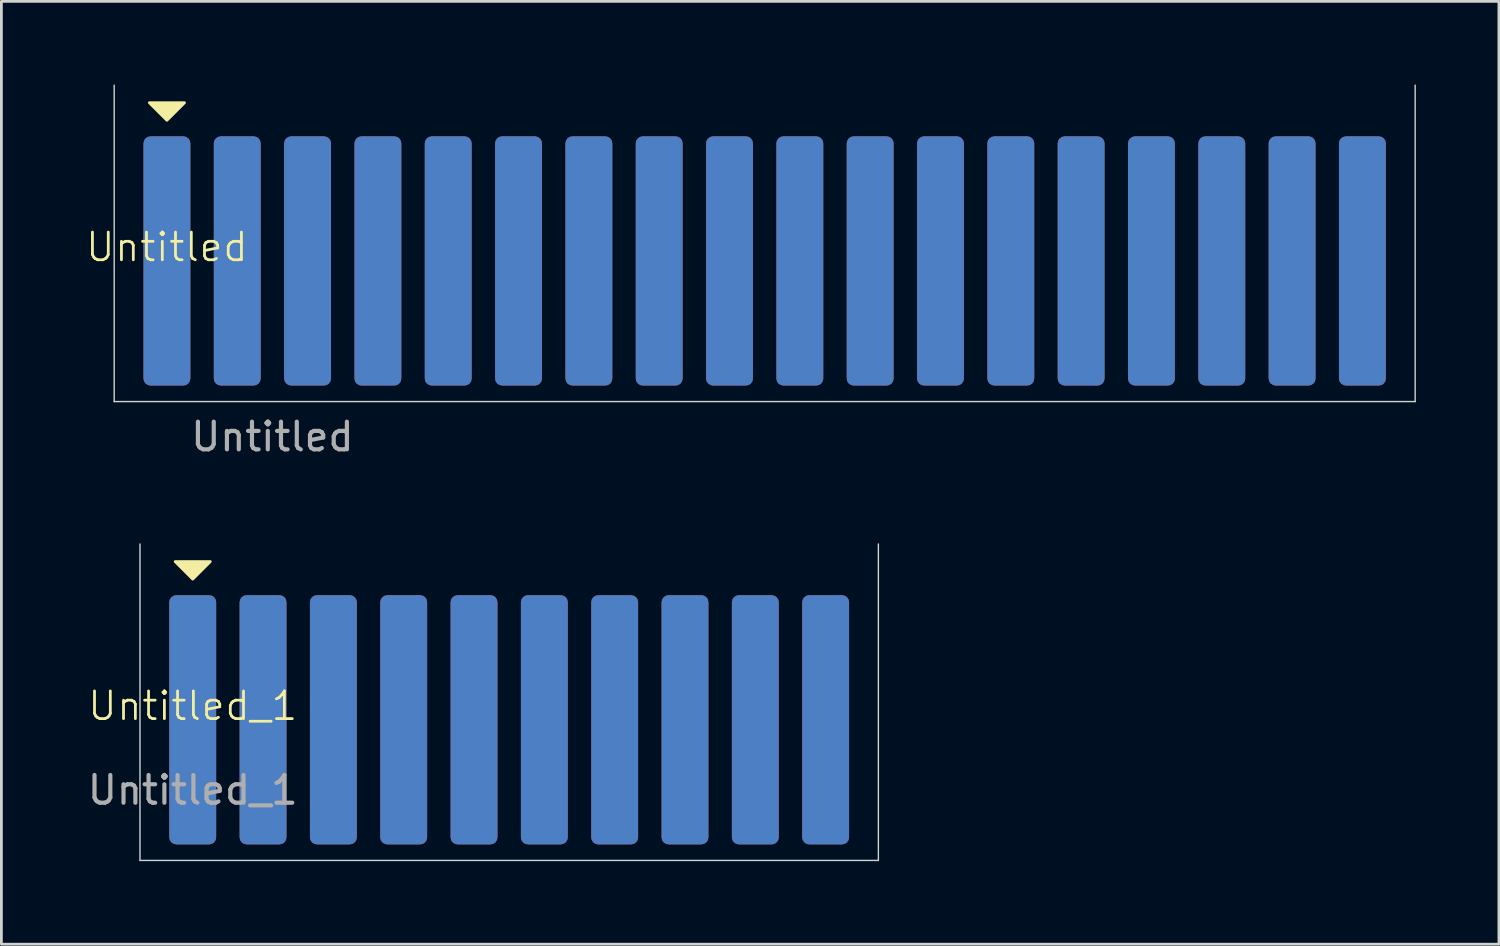
<source format=kicad_pcb>
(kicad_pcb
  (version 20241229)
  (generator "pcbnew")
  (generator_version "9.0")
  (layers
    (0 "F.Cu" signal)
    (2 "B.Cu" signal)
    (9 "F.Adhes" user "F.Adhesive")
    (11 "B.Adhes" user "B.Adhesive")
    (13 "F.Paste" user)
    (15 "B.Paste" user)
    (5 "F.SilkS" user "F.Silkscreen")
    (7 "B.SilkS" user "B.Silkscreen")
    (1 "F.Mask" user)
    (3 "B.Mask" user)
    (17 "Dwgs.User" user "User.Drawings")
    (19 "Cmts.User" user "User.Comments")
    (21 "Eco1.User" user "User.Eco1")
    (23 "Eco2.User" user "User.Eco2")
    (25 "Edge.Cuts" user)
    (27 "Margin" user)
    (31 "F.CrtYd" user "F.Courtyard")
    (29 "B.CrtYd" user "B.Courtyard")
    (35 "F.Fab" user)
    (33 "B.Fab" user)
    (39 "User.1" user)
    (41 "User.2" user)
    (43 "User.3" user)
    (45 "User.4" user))
  (footprint "Untitled"
    (layer "F.Cu")
    (at 2.979 6.375)
    (property "Reference" "Untitled" (at 0 -0.5 0) (unlocked yes) (layer "F.SilkS") (effects (font (size 1 1) (thickness 0.1))))
    (attr smd)
    (fp_poly (pts (xy 0.635 -5.715) (xy 0 -5.08) (xy -0.635 -5.715)) (stroke (width 0.1) (type solid)) (fill yes) (layer "F.SilkS"))
    (fp_line (start -1.905 5.08) (end -1.905 -6.35) (stroke (width 0.05) (type default)) (layer "Edge.Cuts"))
    (fp_line (start 45.085 -6.35) (end 45.085 5.08) (stroke (width 0.05) (type default)) (layer "Edge.Cuts"))
    (fp_line (start 45.085 5.08) (end -1.905 5.08) (stroke (width 0.05) (type default)) (layer "Edge.Cuts"))
    (fp_text user "${REFERENCE}" (at 3.81 6.35 0) (unlocked yes) (layer "F.Fab") (effects (font (size 1 1) (thickness 0.15))))
    (pad "1" smd roundrect (at 0 0) (size 1.693 9) (layers "F.Cu" "F.Mask" "F.Paste") (roundrect_rratio 0.15))
    (pad "2" smd roundrect (at 2.54 0) (size 1.693 9) (layers "F.Cu" "F.Mask" "F.Paste") (roundrect_rratio 0.15))
    (pad "3" smd roundrect (at 5.08 0) (size 1.693 9) (layers "F.Cu" "F.Mask" "F.Paste") (roundrect_rratio 0.15))
    (pad "4" smd roundrect (at 7.62 0) (size 1.693 9) (layers "F.Cu" "F.Mask" "F.Paste") (roundrect_rratio 0.15))
    (pad "5" smd roundrect (at 10.16 0) (size 1.693 9) (layers "F.Cu" "F.Mask" "F.Paste") (roundrect_rratio 0.15))
    (pad "6" smd roundrect (at 12.7 0) (size 1.693 9) (layers "F.Cu" "F.Mask" "F.Paste") (roundrect_rratio 0.15))
    (pad "7" smd roundrect (at 15.24 0) (size 1.693 9) (layers "F.Cu" "F.Mask" "F.Paste") (roundrect_rratio 0.15))
    (pad "8" smd roundrect (at 17.78 0) (size 1.693 9) (layers "F.Cu" "F.Mask" "F.Paste") (roundrect_rratio 0.15))
    (pad "9" smd roundrect (at 20.32 0) (size 1.693 9) (layers "F.Cu" "F.Mask" "F.Paste") (roundrect_rratio 0.15))
    (pad "10" smd roundrect (at 22.86 0) (size 1.693 9) (layers "F.Cu" "F.Mask" "F.Paste") (roundrect_rratio 0.15))
    (pad "11" smd roundrect (at 25.4 0) (size 1.693 9) (layers "F.Cu" "F.Mask" "F.Paste") (roundrect_rratio 0.15))
    (pad "12" smd roundrect (at 27.94 0) (size 1.693 9) (layers "F.Cu" "F.Mask" "F.Paste") (roundrect_rratio 0.15))
    (pad "13" smd roundrect (at 30.48 0) (size 1.693 9) (layers "F.Cu" "F.Mask" "F.Paste") (roundrect_rratio 0.15))
    (pad "14" smd roundrect (at 33.02 0) (size 1.693 9) (layers "F.Cu" "F.Mask" "F.Paste") (roundrect_rratio 0.15))
    (pad "15" smd roundrect (at 35.56 0) (size 1.693 9) (layers "F.Cu" "F.Mask" "F.Paste") (roundrect_rratio 0.15))
    (pad "16" smd roundrect (at 38.1 0) (size 1.693 9) (layers "F.Cu" "F.Mask" "F.Paste") (roundrect_rratio 0.15))
    (pad "17" smd roundrect (at 40.64 0) (size 1.693 9) (layers "F.Cu" "F.Mask" "F.Paste") (roundrect_rratio 0.15))
    (pad "18" smd roundrect (at 43.18 0) (size 1.693 9) (layers "F.Cu" "F.Mask" "F.Paste") (roundrect_rratio 0.15))
    (pad "19" smd roundrect (at 43.18 0) (size 1.693 9) (layers "B.Cu" "B.Mask" "B.Paste") (roundrect_rratio 0.15))
    (pad "20" smd roundrect (at 40.64 0) (size 1.693 9) (layers "B.Cu" "B.Mask" "B.Paste") (roundrect_rratio 0.15))
    (pad "21" smd roundrect (at 38.1 0) (size 1.693 9) (layers "B.Cu" "B.Mask" "B.Paste") (roundrect_rratio 0.15))
    (pad "22" smd roundrect (at 35.56 0) (size 1.693 9) (layers "B.Cu" "B.Mask" "B.Paste") (roundrect_rratio 0.15))
    (pad "23" smd roundrect (at 33.02 0) (size 1.693 9) (layers "B.Cu" "B.Mask" "B.Paste") (roundrect_rratio 0.15))
    (pad "24" smd roundrect (at 30.48 0) (size 1.693 9) (layers "B.Cu" "B.Mask" "B.Paste") (roundrect_rratio 0.15))
    (pad "25" smd roundrect (at 27.94 0) (size 1.693 9) (layers "B.Cu" "B.Mask" "B.Paste") (roundrect_rratio 0.15))
    (pad "26" smd roundrect (at 25.4 0) (size 1.693 9) (layers "B.Cu" "B.Mask" "B.Paste") (roundrect_rratio 0.15))
    (pad "27" smd roundrect (at 22.86 0) (size 1.693 9) (layers "B.Cu" "B.Mask" "B.Paste") (roundrect_rratio 0.15))
    (pad "28" smd roundrect (at 20.32 0) (size 1.693 9) (layers "B.Cu" "B.Mask" "B.Paste") (roundrect_rratio 0.15))
    (pad "29" smd roundrect (at 17.78 0) (size 1.693 9) (layers "B.Cu" "B.Mask" "B.Paste") (roundrect_rratio 0.15))
    (pad "30" smd roundrect (at 15.24 0) (size 1.693 9) (layers "B.Cu" "B.Mask" "B.Paste") (roundrect_rratio 0.15))
    (pad "31" smd roundrect (at 12.7 0) (size 1.693 9) (layers "B.Cu" "B.Mask" "B.Paste") (roundrect_rratio 0.15))
    (pad "32" smd roundrect (at 10.16 0) (size 1.693 9) (layers "B.Cu" "B.Mask" "B.Paste") (roundrect_rratio 0.15))
    (pad "33" smd roundrect (at 7.62 0) (size 1.693 9) (layers "B.Cu" "B.Mask" "B.Paste") (roundrect_rratio 0.15))
    (pad "34" smd roundrect (at 5.08 0) (size 1.693 9) (layers "B.Cu" "B.Mask" "B.Paste") (roundrect_rratio 0.15))
    (pad "35" smd roundrect (at 2.54 0) (size 1.693 9) (layers "B.Cu" "B.Mask" "B.Paste") (roundrect_rratio 0.15))
    (pad "36" smd roundrect (at 0 0) (size 1.693 9) (layers "B.Cu" "B.Mask" "B.Paste") (roundrect_rratio 0.15)))
  (footprint "Untitled_1"
    (layer "F.Cu")
    (at 3.911 22.948)
    (property "Reference" "Untitled_1" (at 0 -0.5 0) (unlocked yes) (layer "F.SilkS") (effects (font (size 1 1) (thickness 0.1))))
    (attr smd)
    (fp_poly (pts (xy 0.635 -5.715) (xy 0 -5.08) (xy -0.635 -5.715)) (stroke (width 0.1) (type solid)) (fill yes) (layer "F.SilkS"))
    (fp_line (start -1.905 5.08) (end -1.905 -6.35) (stroke (width 0.05) (type default)) (layer "Edge.Cuts"))
    (fp_line (start 24.765 -6.35) (end 24.765 5.08) (stroke (width 0.05) (type default)) (layer "Edge.Cuts"))
    (fp_line (start 24.765 5.08) (end -1.905 5.08) (stroke (width 0.05) (type default)) (layer "Edge.Cuts"))
    (fp_text user "${REFERENCE}" (at 0 2.54 0) (unlocked yes) (layer "F.Fab") (effects (font (size 1 1) (thickness 0.15))))
    (pad "1" smd roundrect (at 0 0) (size 1.693 9) (layers "F.Cu" "F.Mask" "F.Paste") (roundrect_rratio 0.15))
    (pad "2" smd roundrect (at 2.54 0) (size 1.693 9) (layers "F.Cu" "F.Mask" "F.Paste") (roundrect_rratio 0.15))
    (pad "3" smd roundrect (at 5.08 0) (size 1.693 9) (layers "F.Cu" "F.Mask" "F.Paste") (roundrect_rratio 0.15))
    (pad "4" smd roundrect (at 7.62 0) (size 1.693 9) (layers "F.Cu" "F.Mask" "F.Paste") (roundrect_rratio 0.15))
    (pad "5" smd roundrect (at 10.16 0) (size 1.693 9) (layers "F.Cu" "F.Mask" "F.Paste") (roundrect_rratio 0.15))
    (pad "6" smd roundrect (at 12.7 0) (size 1.693 9) (layers "F.Cu" "F.Mask" "F.Paste") (roundrect_rratio 0.15))
    (pad "7" smd roundrect (at 15.24 0) (size 1.693 9) (layers "F.Cu" "F.Mask" "F.Paste") (roundrect_rratio 0.15))
    (pad "8" smd roundrect (at 17.78 0) (size 1.693 9) (layers "F.Cu" "F.Mask" "F.Paste") (roundrect_rratio 0.15))
    (pad "9" smd roundrect (at 20.32 0) (size 1.693 9) (layers "F.Cu" "F.Mask" "F.Paste") (roundrect_rratio 0.15))
    (pad "10" smd roundrect (at 22.86 0) (size 1.693 9) (layers "F.Cu" "F.Mask" "F.Paste") (roundrect_rratio 0.15))
    (pad "11" smd roundrect (at 22.86 0) (size 1.693 9) (layers "B.Cu" "B.Mask" "B.Paste") (roundrect_rratio 0.15))
    (pad "12" smd roundrect (at 20.32 0) (size 1.693 9) (layers "B.Cu" "B.Mask" "B.Paste") (roundrect_rratio 0.15))
    (pad "13" smd roundrect (at 17.78 0) (size 1.693 9) (layers "B.Cu" "B.Mask" "B.Paste") (roundrect_rratio 0.15))
    (pad "14" smd roundrect (at 15.24 0) (size 1.693 9) (layers "B.Cu" "B.Mask" "B.Paste") (roundrect_rratio 0.15))
    (pad "15" smd roundrect (at 12.7 0) (size 1.693 9) (layers "B.Cu" "B.Mask" "B.Paste") (roundrect_rratio 0.15))
    (pad "16" smd roundrect (at 10.16 0) (size 1.693 9) (layers "B.Cu" "B.Mask" "B.Paste") (roundrect_rratio 0.15))
    (pad "17" smd roundrect (at 7.62 0) (size 1.693 9) (layers "B.Cu" "B.Mask" "B.Paste") (roundrect_rratio 0.15))
    (pad "18" smd roundrect (at 5.08 0) (size 1.693 9) (layers "B.Cu" "B.Mask" "B.Paste") (roundrect_rratio 0.15))
    (pad "19" smd roundrect (at 2.54 0) (size 1.693 9) (layers "B.Cu" "B.Mask" "B.Paste") (roundrect_rratio 0.15))
    (pad "20" smd roundrect (at 0 0) (size 1.693 9) (layers "B.Cu" "B.Mask" "B.Paste") (roundrect_rratio 0.15)))
  (gr_rect
    (start -3 -3)
    (end 51.089 31.053)
    (stroke (width 0.1) (type default))
    (fill no)
    (layer "Edge.Cuts")))
</source>
